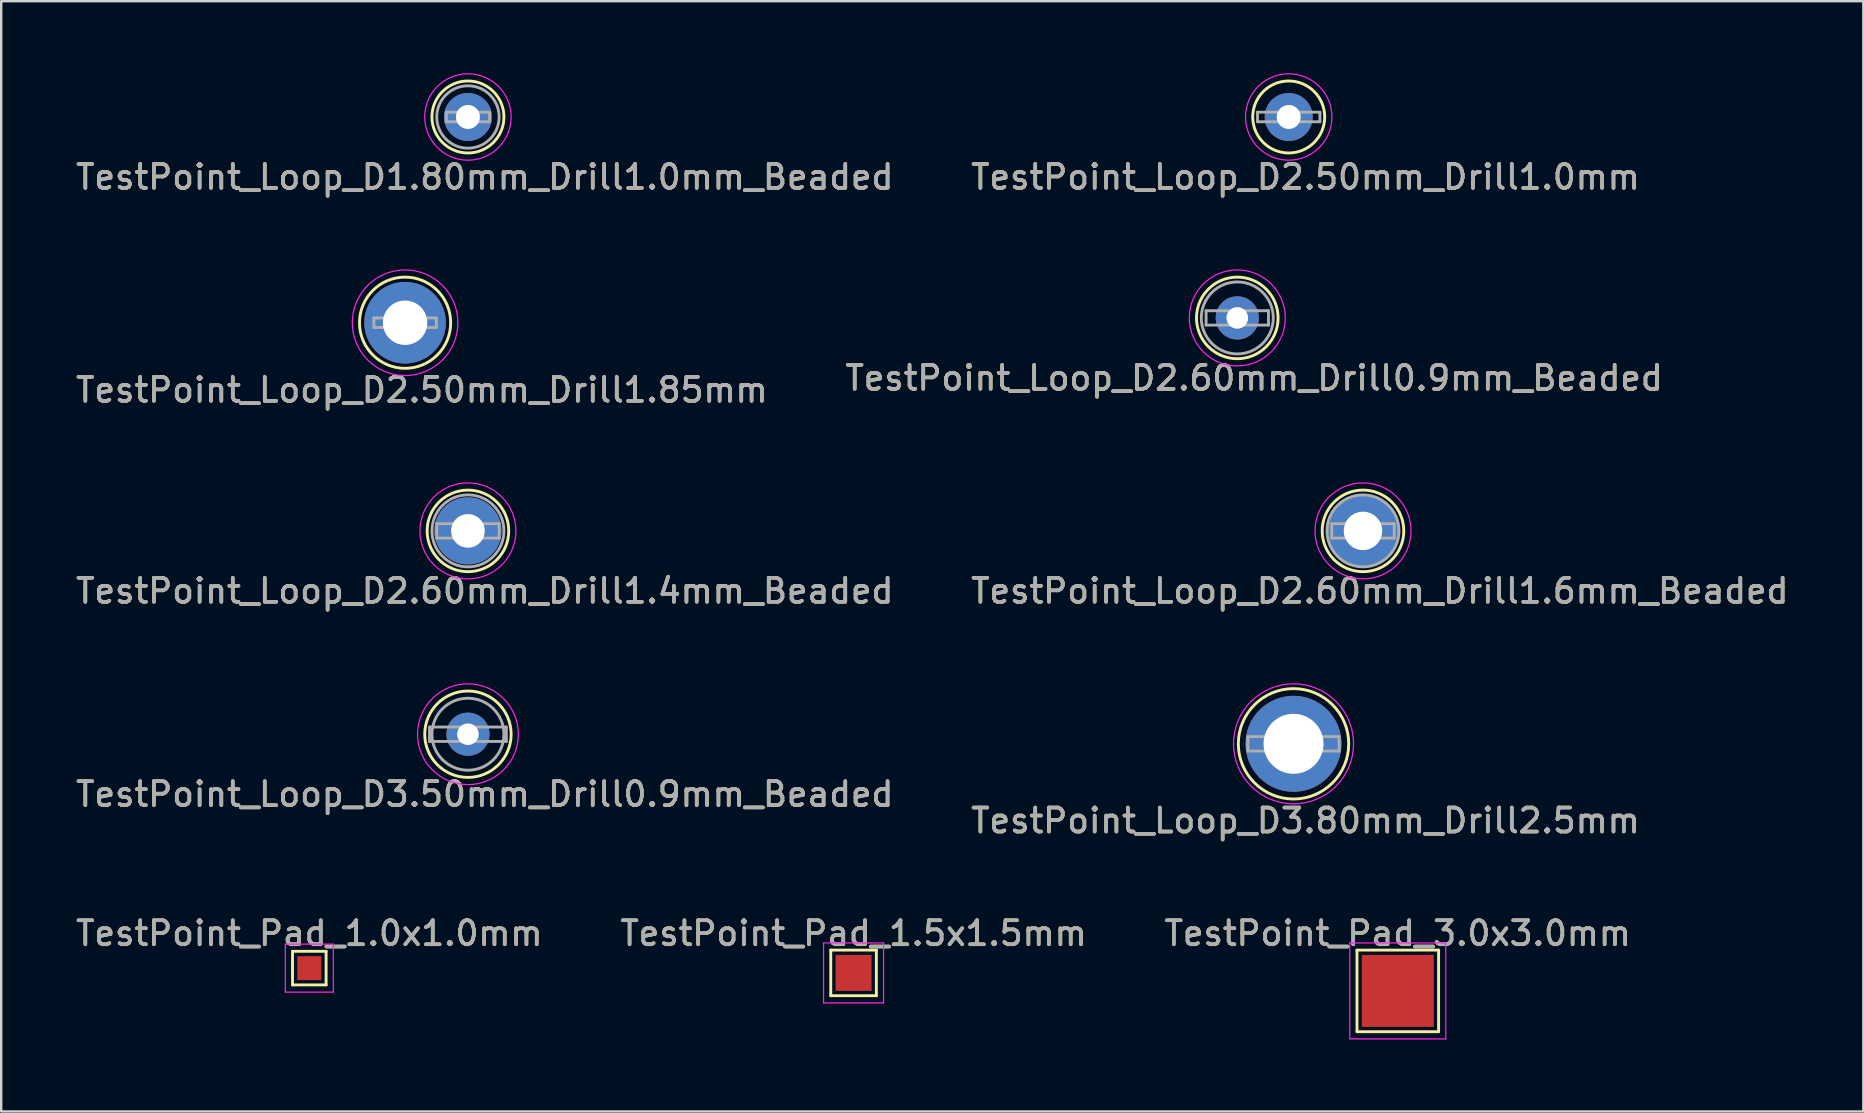
<source format=kicad_pcb>
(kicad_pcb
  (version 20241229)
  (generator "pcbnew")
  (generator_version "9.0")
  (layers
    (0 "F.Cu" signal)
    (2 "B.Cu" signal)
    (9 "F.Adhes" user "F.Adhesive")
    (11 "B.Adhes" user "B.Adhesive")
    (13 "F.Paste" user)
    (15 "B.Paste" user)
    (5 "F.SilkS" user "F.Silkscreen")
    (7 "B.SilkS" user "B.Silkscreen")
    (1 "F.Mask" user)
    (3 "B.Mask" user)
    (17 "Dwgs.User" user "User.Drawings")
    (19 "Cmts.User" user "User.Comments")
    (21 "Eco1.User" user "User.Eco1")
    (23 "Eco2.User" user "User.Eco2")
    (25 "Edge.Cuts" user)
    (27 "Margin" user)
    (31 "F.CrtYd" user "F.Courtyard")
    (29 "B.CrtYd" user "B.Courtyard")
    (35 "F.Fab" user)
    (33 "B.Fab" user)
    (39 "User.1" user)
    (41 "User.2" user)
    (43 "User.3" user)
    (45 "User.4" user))
  (footprint "TestPoint_Loop_D2.50mm_Drill1.0mm"
    (layer "F.Cu")
    (at 50.651 1.825)
    (property "Reference" "TestPoint_Loop_D2.50mm_Drill1.0mm" (at 0.7 2.5 0) (layer "F.SilkS") (effects (font (size 1 1) (thickness 0.15))))
    (attr through_hole)
    (fp_circle (center 0 0) (end 1.5 0) (stroke (width 0.12) (type solid)) (fill no) (layer "F.SilkS"))
    (fp_circle (center 0 0) (end 1.8 0) (stroke (width 0.05) (type solid)) (fill no) (layer "F.CrtYd"))
    (fp_line (start -1.3 -0.2) (end -1.3 0.2) (stroke (width 0.12) (type solid)) (layer "F.Fab"))
    (fp_line (start -1.3 0.2) (end 1.3 0.2) (stroke (width 0.12) (type solid)) (layer "F.Fab"))
    (fp_line (start 1.3 -0.2) (end -1.3 -0.2) (stroke (width 0.12) (type solid)) (layer "F.Fab"))
    (fp_line (start 1.3 0.2) (end 1.3 -0.2) (stroke (width 0.12) (type solid)) (layer "F.Fab"))
    (fp_text user "${REFERENCE}" (at 0.7 2.5 0) (layer "F.Fab") (effects (font (size 1 1) (thickness 0.15))))
    (pad "1" thru_hole circle (at 0 0) (size 2 2) (drill 1) (layers "*.Cu" "*.Mask")))
  (footprint "TestPoint_Loop_D2.60mm_Drill1.6mm_Beaded"
    (layer "F.Cu")
    (at 53.746 19.072)
    (property "Reference" "TestPoint_Loop_D2.60mm_Drill1.6mm_Beaded" (at 0.7 2.5 0) (layer "F.SilkS") (effects (font (size 1 1) (thickness 0.15))))
    (attr through_hole)
    (fp_circle (center 0 0) (end 1.7 0) (stroke (width 0.12) (type solid)) (fill no) (layer "F.SilkS"))
    (fp_circle (center 0 0) (end 2 0) (stroke (width 0.05) (type solid)) (fill no) (layer "F.CrtYd"))
    (fp_line (start -1.3 -0.3) (end -1.3 0.3) (stroke (width 0.12) (type solid)) (layer "F.Fab"))
    (fp_line (start -1.3 0.3) (end 1.3 0.3) (stroke (width 0.12) (type solid)) (layer "F.Fab"))
    (fp_line (start 1.3 -0.3) (end -1.3 -0.3) (stroke (width 0.12) (type solid)) (layer "F.Fab"))
    (fp_line (start 1.3 0.3) (end 1.3 -0.3) (stroke (width 0.12) (type solid)) (layer "F.Fab"))
    (fp_circle (center 0 0) (end 1.5 0) (stroke (width 0.12) (type solid)) (fill no) (layer "F.Fab"))
    (fp_text user "${REFERENCE}" (at 0.7 2.5 0) (layer "F.Fab") (effects (font (size 1 1) (thickness 0.15))))
    (pad "1" thru_hole circle (at 0 0) (size 3 3) (drill 1.6) (layers "*.Cu" "*.Mask")))
  (footprint "TestPoint_Loop_D2.60mm_Drill0.9mm_Beaded"
    (layer "F.Cu")
    (at 48.508 10.198)
    (property "Reference" "TestPoint_Loop_D2.60mm_Drill0.9mm_Beaded" (at 0.7 2.5 0) (layer "F.SilkS") (effects (font (size 1 1) (thickness 0.15))))
    (attr through_hole)
    (fp_circle (center 0 0) (end 1.7 0) (stroke (width 0.12) (type solid)) (fill no) (layer "F.SilkS"))
    (fp_circle (center 0 0) (end 2 0) (stroke (width 0.05) (type solid)) (fill no) (layer "F.CrtYd"))
    (fp_line (start -1.3 -0.3) (end -1.3 0.3) (stroke (width 0.12) (type solid)) (layer "F.Fab"))
    (fp_line (start -1.3 0.3) (end 1.3 0.3) (stroke (width 0.12) (type solid)) (layer "F.Fab"))
    (fp_line (start 1.3 -0.3) (end -1.3 -0.3) (stroke (width 0.12) (type solid)) (layer "F.Fab"))
    (fp_line (start 1.3 0.3) (end 1.3 -0.3) (stroke (width 0.12) (type solid)) (layer "F.Fab"))
    (fp_circle (center 0 0) (end 1.5 0) (stroke (width 0.12) (type solid)) (fill no) (layer "F.Fab"))
    (fp_text user "${REFERENCE}" (at 0.7 2.5 0) (layer "F.Fab") (effects (font (size 1 1) (thickness 0.15))))
    (pad "1" thru_hole circle (at 0 0) (size 1.8 1.8) (drill 0.9) (layers "*.Cu" "*.Mask")))
  (footprint "TestPoint_Pad_3.0x3.0mm"
    (layer "F.Cu")
    (at 55.196 38.241)
    (property "Reference" "TestPoint_Pad_3.0x3.0mm" (at 0 -2.398 0) (layer "F.SilkS") (effects (font (size 1 1) (thickness 0.15))))
    (attr exclude_from_pos_files exclude_from_bom)
    (fp_line (start -1.7 -1.7) (end 1.7 -1.7) (stroke (width 0.12) (type solid)) (layer "F.SilkS"))
    (fp_line (start -1.7 1.7) (end -1.7 -1.7) (stroke (width 0.12) (type solid)) (layer "F.SilkS"))
    (fp_line (start 1.7 -1.7) (end 1.7 1.7) (stroke (width 0.12) (type solid)) (layer "F.SilkS"))
    (fp_line (start 1.7 1.7) (end -1.7 1.7) (stroke (width 0.12) (type solid)) (layer "F.SilkS"))
    (fp_line (start -2 -2) (end -2 2) (stroke (width 0.05) (type solid)) (layer "F.CrtYd"))
    (fp_line (start -2 -2) (end 2 -2) (stroke (width 0.05) (type solid)) (layer "F.CrtYd"))
    (fp_line (start 2 2) (end -2 2) (stroke (width 0.05) (type solid)) (layer "F.CrtYd"))
    (fp_line (start 2 2) (end 2 -2) (stroke (width 0.05) (type solid)) (layer "F.CrtYd"))
    (fp_text user "${REFERENCE}" (at 0 -2.4 0) (layer "F.Fab") (effects (font (size 1 1) (thickness 0.15))))
    (pad "1" smd rect (at 0 0) (size 3 3) (layers "F.Cu" "F.Mask")))
  (footprint "TestPoint_Loop_D1.80mm_Drill1.0mm_Beaded"
    (layer "F.Cu")
    (at 16.449 1.825)
    (property "Reference" "TestPoint_Loop_D1.80mm_Drill1.0mm_Beaded" (at 0.7 2.5 0) (layer "F.SilkS") (effects (font (size 1 1) (thickness 0.15))))
    (attr through_hole)
    (fp_circle (center 0 0) (end 1.5 0) (stroke (width 0.12) (type solid)) (fill no) (layer "F.SilkS"))
    (fp_circle (center 0 0) (end 1.8 0) (stroke (width 0.05) (type solid)) (fill no) (layer "F.CrtYd"))
    (fp_line (start -0.9 -0.2) (end 0.9 -0.2) (stroke (width 0.12) (type solid)) (layer "F.Fab"))
    (fp_line (start -0.9 0.2) (end -0.9 -0.2) (stroke (width 0.12) (type solid)) (layer "F.Fab"))
    (fp_line (start 0.9 -0.2) (end 0.9 0.2) (stroke (width 0.12) (type solid)) (layer "F.Fab"))
    (fp_line (start 0.9 0.2) (end -0.9 0.2) (stroke (width 0.12) (type solid)) (layer "F.Fab"))
    (fp_circle (center 0 0) (end 1.3 0) (stroke (width 0.12) (type solid)) (fill no) (layer "F.Fab"))
    (fp_text user "${REFERENCE}" (at 0.7 2.5 0) (layer "F.Fab") (effects (font (size 1 1) (thickness 0.15))))
    (pad "1" thru_hole circle (at 0 0) (size 2 2) (drill 1) (layers "*.Cu" "*.Mask")))
  (footprint "TestPoint_Pad_1.0x1.0mm"
    (layer "F.Cu")
    (at 9.839 37.291)
    (property "Reference" "TestPoint_Pad_1.0x1.0mm" (at 0 -1.448 0) (layer "F.SilkS") (effects (font (size 1 1) (thickness 0.15))))
    (attr exclude_from_pos_files exclude_from_bom)
    (fp_line (start -0.7 -0.7) (end 0.7 -0.7) (stroke (width 0.12) (type solid)) (layer "F.SilkS"))
    (fp_line (start -0.7 0.7) (end -0.7 -0.7) (stroke (width 0.12) (type solid)) (layer "F.SilkS"))
    (fp_line (start 0.7 -0.7) (end 0.7 0.7) (stroke (width 0.12) (type solid)) (layer "F.SilkS"))
    (fp_line (start 0.7 0.7) (end -0.7 0.7) (stroke (width 0.12) (type solid)) (layer "F.SilkS"))
    (fp_line (start -1 -1) (end -1 1) (stroke (width 0.05) (type solid)) (layer "F.CrtYd"))
    (fp_line (start -1 -1) (end 1 -1) (stroke (width 0.05) (type solid)) (layer "F.CrtYd"))
    (fp_line (start 1 1) (end -1 1) (stroke (width 0.05) (type solid)) (layer "F.CrtYd"))
    (fp_line (start 1 1) (end 1 -1) (stroke (width 0.05) (type solid)) (layer "F.CrtYd"))
    (fp_text user "${REFERENCE}" (at 0 -1.45 0) (layer "F.Fab") (effects (font (size 1 1) (thickness 0.15))))
    (pad "1" smd rect (at 0 0) (size 1 1) (layers "F.Cu" "F.Mask")))
  (footprint "TestPoint_Loop_D2.50mm_Drill1.85mm"
    (layer "F.Cu")
    (at 13.83 10.398)
    (property "Reference" "TestPoint_Loop_D2.50mm_Drill1.85mm" (at 0.7 2.8 0) (layer "F.SilkS") (effects (font (size 1 1) (thickness 0.15))))
    (attr through_hole)
    (fp_circle (center 0 0) (end 1.9 0) (stroke (width 0.12) (type solid)) (fill no) (layer "F.SilkS"))
    (fp_circle (center 0 0) (end 2.2 0) (stroke (width 0.05) (type solid)) (fill no) (layer "F.CrtYd"))
    (fp_line (start -1.3 -0.2) (end -1.3 0.2) (stroke (width 0.12) (type solid)) (layer "F.Fab"))
    (fp_line (start -1.3 0.2) (end 1.3 0.2) (stroke (width 0.12) (type solid)) (layer "F.Fab"))
    (fp_line (start 1.3 -0.2) (end -1.3 -0.2) (stroke (width 0.12) (type solid)) (layer "F.Fab"))
    (fp_line (start 1.3 0.2) (end 1.3 -0.2) (stroke (width 0.12) (type solid)) (layer "F.Fab"))
    (fp_text user "${REFERENCE}" (at 0.7 2.8 0) (layer "F.Fab") (effects (font (size 1 1) (thickness 0.15))))
    (pad "1" thru_hole circle (at 0 0) (size 3.4 3.4) (drill 1.85) (layers "*.Cu" "*.Mask")))
  (footprint "TestPoint_Pad_1.5x1.5mm"
    (layer "F.Cu")
    (at 32.518 37.491)
    (property "Reference" "TestPoint_Pad_1.5x1.5mm" (at 0 -1.648 0) (layer "F.SilkS") (effects (font (size 1 1) (thickness 0.15))))
    (attr exclude_from_pos_files exclude_from_bom)
    (fp_line (start -0.95 -0.95) (end 0.95 -0.95) (stroke (width 0.12) (type solid)) (layer "F.SilkS"))
    (fp_line (start -0.95 0.95) (end -0.95 -0.95) (stroke (width 0.12) (type solid)) (layer "F.SilkS"))
    (fp_line (start 0.95 -0.95) (end 0.95 0.95) (stroke (width 0.12) (type solid)) (layer "F.SilkS"))
    (fp_line (start 0.95 0.95) (end -0.95 0.95) (stroke (width 0.12) (type solid)) (layer "F.SilkS"))
    (fp_line (start -1.25 -1.25) (end -1.25 1.25) (stroke (width 0.05) (type solid)) (layer "F.CrtYd"))
    (fp_line (start -1.25 -1.25) (end 1.25 -1.25) (stroke (width 0.05) (type solid)) (layer "F.CrtYd"))
    (fp_line (start 1.25 1.25) (end -1.25 1.25) (stroke (width 0.05) (type solid)) (layer "F.CrtYd"))
    (fp_line (start 1.25 1.25) (end 1.25 -1.25) (stroke (width 0.05) (type solid)) (layer "F.CrtYd"))
    (fp_text user "${REFERENCE}" (at 0 -1.65 0) (layer "F.Fab") (effects (font (size 1 1) (thickness 0.15))))
    (pad "1" smd rect (at 0 0) (size 1.5 1.5) (layers "F.Cu" "F.Mask")))
  (footprint "TestPoint_Loop_D3.50mm_Drill0.9mm_Beaded"
    (layer "F.Cu")
    (at 16.449 27.545)
    (property "Reference" "TestPoint_Loop_D3.50mm_Drill0.9mm_Beaded" (at 0.7 2.5 0) (layer "F.SilkS") (effects (font (size 1 1) (thickness 0.15))))
    (attr through_hole)
    (fp_circle (center 0 0) (end 1.8 0) (stroke (width 0.12) (type solid)) (fill no) (layer "F.SilkS"))
    (fp_circle (center 0 0) (end 2.1 0) (stroke (width 0.05) (type solid)) (fill no) (layer "F.CrtYd"))
    (fp_line (start -1.6 -0.3) (end -1.6 0.3) (stroke (width 0.12) (type solid)) (layer "F.Fab"))
    (fp_line (start -1.6 0.3) (end 1.6 0.3) (stroke (width 0.12) (type solid)) (layer "F.Fab"))
    (fp_line (start 1.6 -0.3) (end -1.6 -0.3) (stroke (width 0.12) (type solid)) (layer "F.Fab"))
    (fp_line (start 1.6 0.3) (end 1.6 -0.3) (stroke (width 0.12) (type solid)) (layer "F.Fab"))
    (fp_circle (center 0 0) (end 1.5 0) (stroke (width 0.12) (type solid)) (fill no) (layer "F.Fab"))
    (fp_text user "${REFERENCE}" (at 0.7 2.5 0) (layer "F.Fab") (effects (font (size 1 1) (thickness 0.15))))
    (pad "1" thru_hole circle (at 0 0) (size 1.8 1.8) (drill 0.9) (layers "*.Cu" "*.Mask")))
  (footprint "TestPoint_Loop_D3.80mm_Drill2.5mm"
    (layer "F.Cu")
    (at 50.851 27.945)
    (property "Reference" "TestPoint_Loop_D3.80mm_Drill2.5mm" (at 0.5 3.2 0) (layer "F.SilkS") (effects (font (size 1 1) (thickness 0.15))))
    (attr through_hole)
    (fp_circle (center 0 0) (end 2.3 0) (stroke (width 0.12) (type solid)) (fill no) (layer "F.SilkS"))
    (fp_circle (center 0 0) (end 2.5 0) (stroke (width 0.05) (type solid)) (fill no) (layer "F.CrtYd"))
    (fp_line (start -1.9 -0.3) (end -1.9 0.3) (stroke (width 0.12) (type solid)) (layer "F.Fab"))
    (fp_line (start -1.9 0.3) (end 1.9 0.3) (stroke (width 0.12) (type solid)) (layer "F.Fab"))
    (fp_line (start 1.9 -0.3) (end -1.9 -0.3) (stroke (width 0.12) (type solid)) (layer "F.Fab"))
    (fp_line (start 1.9 0.3) (end 1.9 -0.3) (stroke (width 0.12) (type solid)) (layer "F.Fab"))
    (fp_text user "${REFERENCE}" (at 0.5 3.2 0) (layer "F.Fab") (effects (font (size 1 1) (thickness 0.15))))
    (pad "1" thru_hole circle (at 0 0) (size 4 4) (drill 2.5) (layers "*.Cu" "*.Mask")))
  (footprint "TestPoint_Loop_D2.60mm_Drill1.4mm_Beaded"
    (layer "F.Cu")
    (at 16.449 19.072)
    (property "Reference" "TestPoint_Loop_D2.60mm_Drill1.4mm_Beaded" (at 0.7 2.5 0) (layer "F.SilkS") (effects (font (size 1 1) (thickness 0.15))))
    (attr through_hole)
    (fp_circle (center 0 0) (end 1.7 0) (stroke (width 0.12) (type solid)) (fill no) (layer "F.SilkS"))
    (fp_circle (center 0 0) (end 2 0) (stroke (width 0.05) (type solid)) (fill no) (layer "F.CrtYd"))
    (fp_line (start -1.3 -0.3) (end -1.3 0.3) (stroke (width 0.12) (type solid)) (layer "F.Fab"))
    (fp_line (start -1.3 0.3) (end 1.3 0.3) (stroke (width 0.12) (type solid)) (layer "F.Fab"))
    (fp_line (start 1.3 -0.3) (end -1.3 -0.3) (stroke (width 0.12) (type solid)) (layer "F.Fab"))
    (fp_line (start 1.3 0.3) (end 1.3 -0.3) (stroke (width 0.12) (type solid)) (layer "F.Fab"))
    (fp_circle (center 0 0) (end 1.5 0) (stroke (width 0.12) (type solid)) (fill no) (layer "F.Fab"))
    (fp_text user "${REFERENCE}" (at 0.7 2.5 0) (layer "F.Fab") (effects (font (size 1 1) (thickness 0.15))))
    (pad "1" thru_hole circle (at 0 0) (size 2.8 2.8) (drill 1.4) (layers "*.Cu" "*.Mask")))
  (gr_rect
    (start -3 -3)
    (end 74.595 43.266)
    (stroke (width 0.1) (type default))
    (fill no)
    (layer "Edge.Cuts")))
</source>
